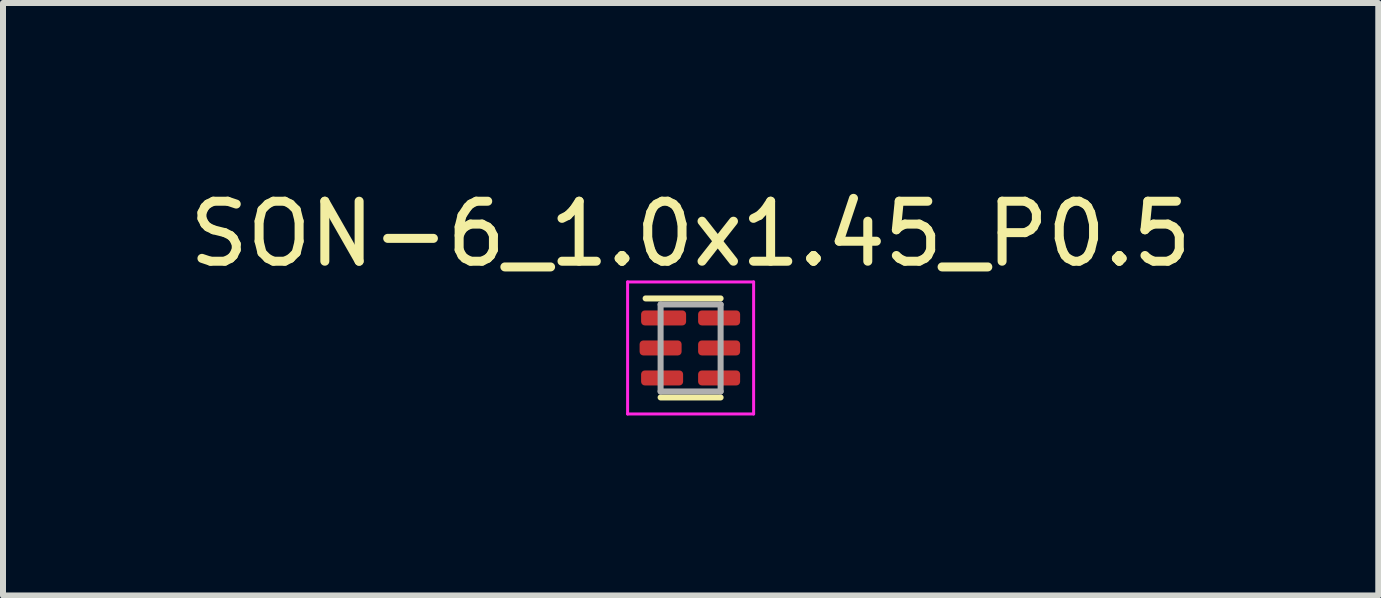
<source format=kicad_pcb>
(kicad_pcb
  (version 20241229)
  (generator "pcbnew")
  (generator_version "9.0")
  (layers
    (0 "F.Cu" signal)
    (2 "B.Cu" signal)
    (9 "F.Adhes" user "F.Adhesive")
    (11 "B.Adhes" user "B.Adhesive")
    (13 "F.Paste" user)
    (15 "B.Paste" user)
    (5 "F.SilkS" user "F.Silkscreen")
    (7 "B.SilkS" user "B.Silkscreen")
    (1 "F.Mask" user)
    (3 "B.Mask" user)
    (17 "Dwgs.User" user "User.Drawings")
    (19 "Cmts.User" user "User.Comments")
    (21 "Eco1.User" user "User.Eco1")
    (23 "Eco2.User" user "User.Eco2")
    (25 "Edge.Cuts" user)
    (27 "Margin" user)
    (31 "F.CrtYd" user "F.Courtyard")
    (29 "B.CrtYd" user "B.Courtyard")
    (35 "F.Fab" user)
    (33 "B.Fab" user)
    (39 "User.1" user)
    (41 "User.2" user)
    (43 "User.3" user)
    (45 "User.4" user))
  (footprint "SON-6_1.0x1.45_P0.5"
    (layer "F.Cu")
    (at 8.458 2.748)
    (property "Reference" "SON-6_1.0x1.45_P0.5" (at 0 -1.9 0) (layer "F.SilkS") (effects (font (size 1 1) (thickness 0.15))))
    (attr smd)
    (fp_line (start -0.5 0.825) (end 0.5 0.825) (stroke (width 0.1) (type solid)) (layer "F.SilkS"))
    (fp_line (start 0.5 -0.825) (end -0.75 -0.825) (stroke (width 0.1) (type solid)) (layer "F.SilkS"))
    (fp_line (start -1.05 -1.1) (end -1.05 1.1) (stroke (width 0.05) (type solid)) (layer "F.CrtYd"))
    (fp_line (start -1.05 1.1) (end 1.05 1.1) (stroke (width 0.05) (type solid)) (layer "F.CrtYd"))
    (fp_line (start 1.05 -1.1) (end -1.05 -1.1) (stroke (width 0.05) (type solid)) (layer "F.CrtYd"))
    (fp_line (start 1.05 1.1) (end 1.05 -1.1) (stroke (width 0.05) (type solid)) (layer "F.CrtYd"))
    (fp_line (start -0.5 -0.725) (end -0.5 0.725) (stroke (width 0.1) (type solid)) (layer "F.Fab"))
    (fp_line (start -0.5 -0.725) (end 0.5 -0.725) (stroke (width 0.1) (type solid)) (layer "F.Fab"))
    (fp_line (start 0.5 -0.725) (end 0.5 0.725) (stroke (width 0.1) (type solid)) (layer "F.Fab"))
    (fp_line (start 0.5 0.725) (end -0.5 0.725) (stroke (width 0.1) (type solid)) (layer "F.Fab"))
    (pad "1" smd roundrect (at -0.45 -0.5) (size 0.75 0.25) (layers "F.Cu" "F.Mask" "F.Paste") (roundrect_rratio 0.25))
    (pad "2" smd roundrect (at -0.5 0) (size 0.7 0.25) (layers "F.Cu" "F.Mask" "F.Paste") (roundrect_rratio 0.25))
    (pad "3" smd roundrect (at -0.475 0.5) (size 0.7 0.25) (layers "F.Cu" "F.Mask" "F.Paste") (roundrect_rratio 0.25))
    (pad "4" smd roundrect (at 0.475 0.5) (size 0.7 0.25) (layers "F.Cu" "F.Mask" "F.Paste") (roundrect_rratio 0.25))
    (pad "5" smd roundrect (at 0.475 0) (size 0.7 0.25) (layers "F.Cu" "F.Mask" "F.Paste") (roundrect_rratio 0.25))
    (pad "6" smd roundrect (at 0.475 -0.5) (size 0.7 0.25) (layers "F.Cu" "F.Mask" "F.Paste") (roundrect_rratio 0.25)))
  (gr_rect
    (start -3 -3)
    (end 19.917 6.873)
    (stroke (width 0.1) (type default))
    (fill no)
    (layer "Edge.Cuts")))
</source>
